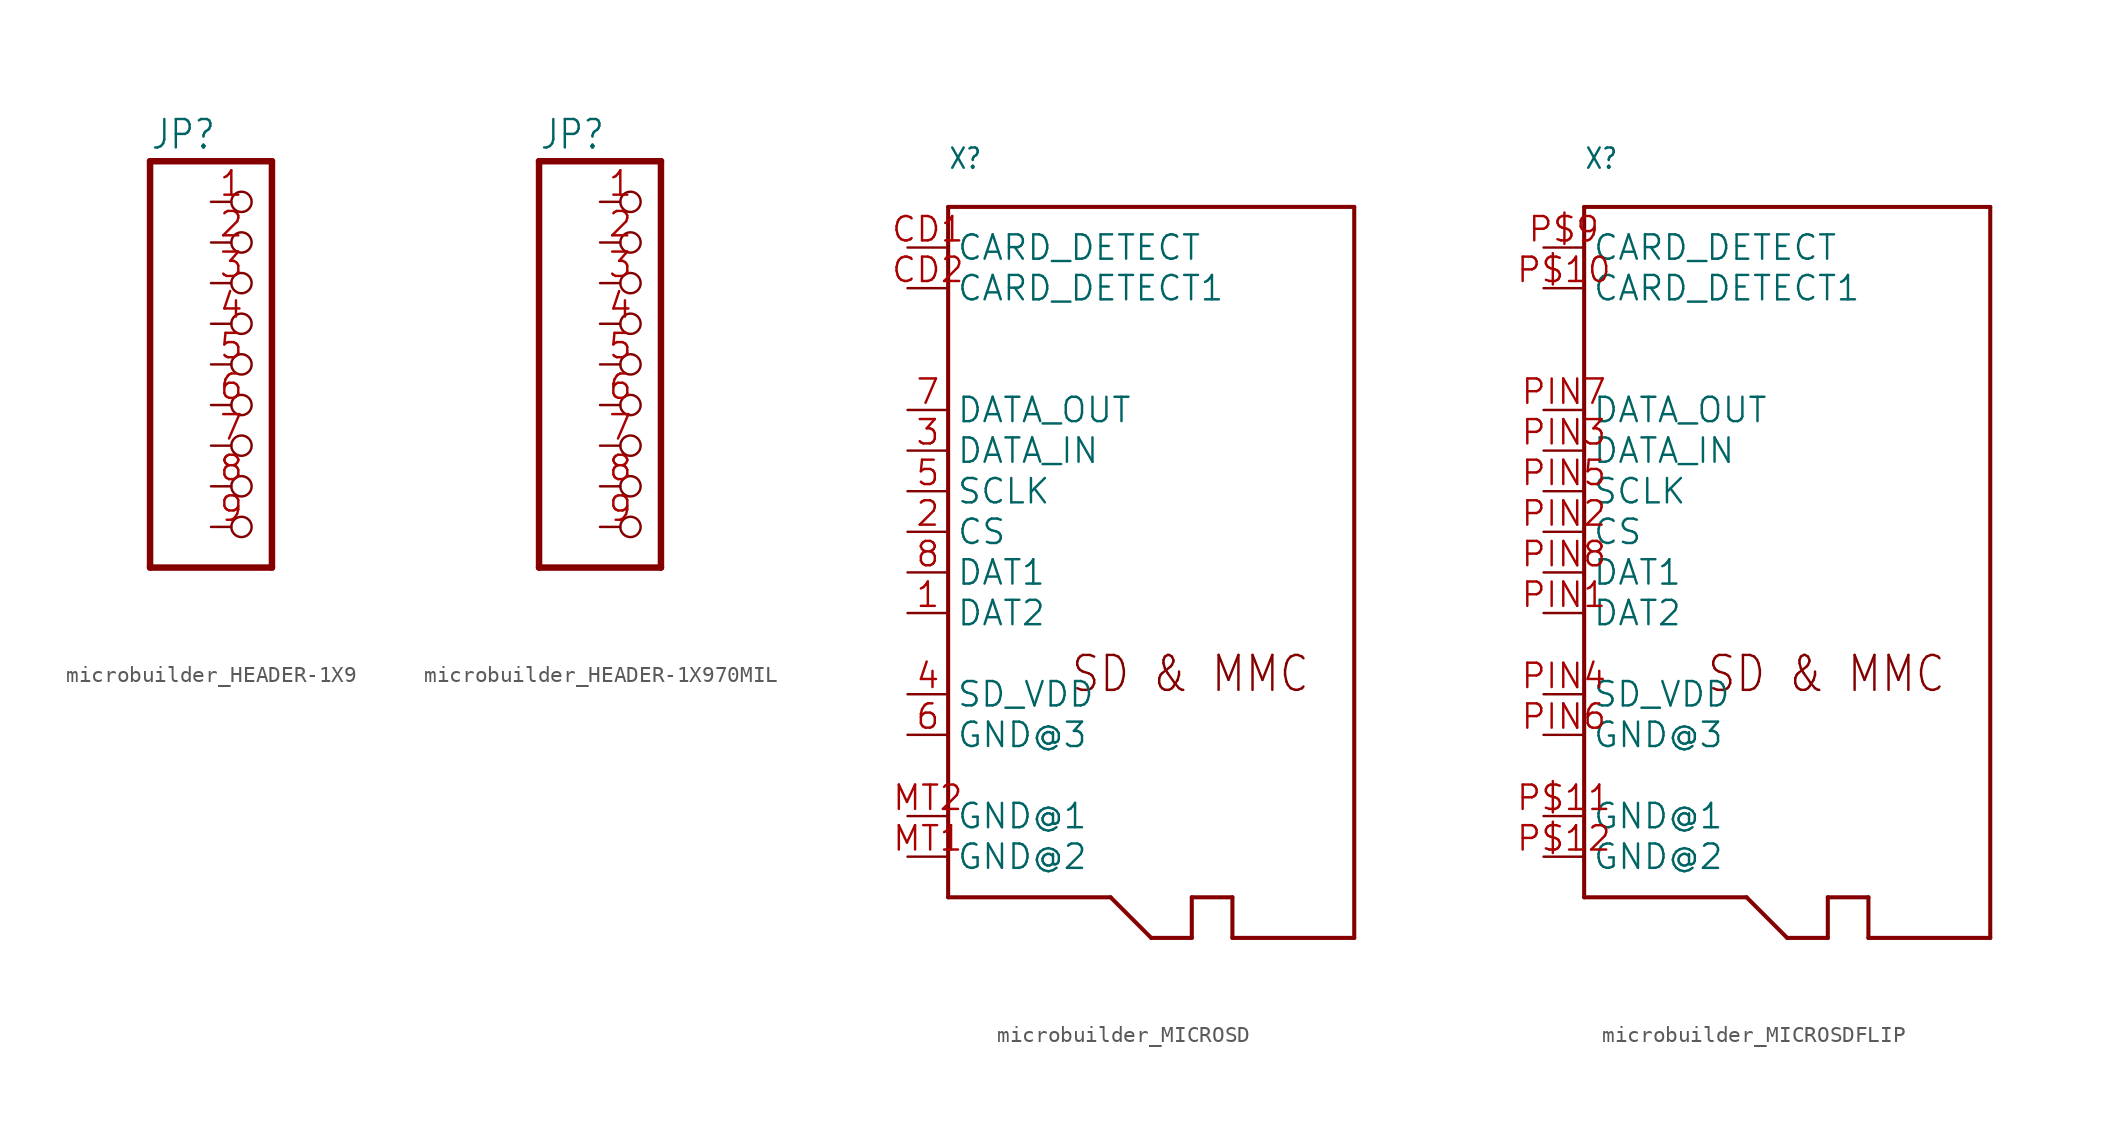
<source format=kicad_sym>
(kicad_symbol_lib
  (version 20241209)
  (generator "kicad_symbol_editor")
  (generator_version "9.0")
  (symbol "microbuilder_HEADER-1X9"
    (property "Reference" "JP"
      (at -6.35 13.335 0)
      (effects (font (size 1.778 1.511)) (justify left bottom)))
    (property "Value" ""
      (at -6.35 -15.24 0)
      (effects (font (size 1.778 1.511)) (justify left bottom)))
    (property "ki_locked" ""
      (at 0 0 0)
      (effects (font (size 1.27 1.27))))
    (symbol "microbuilder_HEADER-1X9_1_0"
      (polyline (pts (xy -6.35 12.7) (xy -6.35 -12.7)) (stroke (width 0.406) (type solid)) (fill (type none)))
      (polyline (pts (xy -6.35 -12.7) (xy 1.27 -12.7)) (stroke (width 0.406) (type solid)) (fill (type none)))
      (polyline (pts (xy 1.27 12.7) (xy -6.35 12.7)) (stroke (width 0.406) (type solid)) (fill (type none)))
      (polyline (pts (xy 1.27 -12.7) (xy 1.27 12.7)) (stroke (width 0.406) (type solid)) (fill (type none)))
      (pin passive inverted (at -2.54 10.16 0) (length 2.54) (name "1" (effects (font (size 0 0)))) (number "1" (effects (font (size 1.524 1.524)))))
      (pin passive inverted (at -2.54 7.62 0) (length 2.54) (name "2" (effects (font (size 0 0)))) (number "2" (effects (font (size 1.524 1.524)))))
      (pin passive inverted (at -2.54 5.08 0) (length 2.54) (name "3" (effects (font (size 0 0)))) (number "3" (effects (font (size 1.524 1.524)))))
      (pin passive inverted (at -2.54 2.54 0) (length 2.54) (name "4" (effects (font (size 0 0)))) (number "4" (effects (font (size 1.524 1.524)))))
      (pin passive inverted (at -2.54 0 0) (length 2.54) (name "5" (effects (font (size 0 0)))) (number "5" (effects (font (size 1.524 1.524)))))
      (pin passive inverted (at -2.54 -2.54 0) (length 2.54) (name "6" (effects (font (size 0 0)))) (number "6" (effects (font (size 1.524 1.524)))))
      (pin passive inverted (at -2.54 -5.08 0) (length 2.54) (name "7" (effects (font (size 0 0)))) (number "7" (effects (font (size 1.524 1.524)))))
      (pin passive inverted (at -2.54 -7.62 0) (length 2.54) (name "8" (effects (font (size 0 0)))) (number "8" (effects (font (size 1.524 1.524)))))
      (pin passive inverted (at -2.54 -10.16 0) (length 2.54) (name "9" (effects (font (size 0 0)))) (number "9" (effects (font (size 1.524 1.524)))))))
  (symbol "microbuilder_HEADER-1X970MIL"
    (property "Reference" "JP"
      (at -6.35 13.335 0)
      (effects (font (size 1.778 1.511)) (justify left bottom)))
    (property "Value" ""
      (at -6.35 -15.24 0)
      (effects (font (size 1.778 1.511)) (justify left bottom)))
    (property "ki_locked" ""
      (at 0 0 0)
      (effects (font (size 1.27 1.27))))
    (symbol "microbuilder_HEADER-1X970MIL_1_0"
      (polyline (pts (xy -6.35 12.7) (xy -6.35 -12.7)) (stroke (width 0.406) (type solid)) (fill (type none)))
      (polyline (pts (xy -6.35 -12.7) (xy 1.27 -12.7)) (stroke (width 0.406) (type solid)) (fill (type none)))
      (polyline (pts (xy 1.27 12.7) (xy -6.35 12.7)) (stroke (width 0.406) (type solid)) (fill (type none)))
      (polyline (pts (xy 1.27 -12.7) (xy 1.27 12.7)) (stroke (width 0.406) (type solid)) (fill (type none)))
      (pin passive inverted (at -2.54 10.16 0) (length 2.54) (name "1" (effects (font (size 0 0)))) (number "1" (effects (font (size 1.524 1.524)))))
      (pin passive inverted (at -2.54 7.62 0) (length 2.54) (name "2" (effects (font (size 0 0)))) (number "2" (effects (font (size 1.524 1.524)))))
      (pin passive inverted (at -2.54 5.08 0) (length 2.54) (name "3" (effects (font (size 0 0)))) (number "3" (effects (font (size 1.524 1.524)))))
      (pin passive inverted (at -2.54 2.54 0) (length 2.54) (name "4" (effects (font (size 0 0)))) (number "4" (effects (font (size 1.524 1.524)))))
      (pin passive inverted (at -2.54 0 0) (length 2.54) (name "5" (effects (font (size 0 0)))) (number "5" (effects (font (size 1.524 1.524)))))
      (pin passive inverted (at -2.54 -2.54 0) (length 2.54) (name "6" (effects (font (size 0 0)))) (number "6" (effects (font (size 1.524 1.524)))))
      (pin passive inverted (at -2.54 -5.08 0) (length 2.54) (name "7" (effects (font (size 0 0)))) (number "7" (effects (font (size 1.524 1.524)))))
      (pin passive inverted (at -2.54 -7.62 0) (length 2.54) (name "8" (effects (font (size 0 0)))) (number "8" (effects (font (size 1.524 1.524)))))
      (pin passive inverted (at -2.54 -10.16 0) (length 2.54) (name "9" (effects (font (size 0 0)))) (number "9" (effects (font (size 1.524 1.524)))))))
  (symbol "microbuilder_MICROSD"
    (property "Reference" "X"
      (at -12.7 22.606 0)
      (effects (font (size 1.27 1.079)) (justify left bottom)))
    (property "Value" ""
      (at -12.7 20.828 0)
      (effects (font (size 1.27 1.079)) (justify left bottom)))
    (property "ki_locked" ""
      (at 0 0 0)
      (effects (font (size 1.27 1.27))))
    (symbol "microbuilder_MICROSD_1_0"
      (polyline (pts (xy -12.7 20.32) (xy -12.7 -22.86)) (stroke (width 0.254) (type solid)) (fill (type none)))
      (polyline (pts (xy -12.7 -22.86) (xy -2.54 -22.86)) (stroke (width 0.254) (type solid)) (fill (type none)))
      (polyline (pts (xy -2.54 -22.86) (xy 0 -25.4)) (stroke (width 0.254) (type solid)) (fill (type none)))
      (polyline (pts (xy 0 -25.4) (xy 2.54 -25.4)) (stroke (width 0.254) (type solid)) (fill (type none)))
      (polyline (pts (xy 2.54 -22.86) (xy 5.08 -22.86)) (stroke (width 0.254) (type solid)) (fill (type none)))
      (polyline (pts (xy 2.54 -25.4) (xy 2.54 -22.86)) (stroke (width 0.254) (type solid)) (fill (type none)))
      (polyline (pts (xy 5.08 -22.86) (xy 5.08 -25.4)) (stroke (width 0.254) (type solid)) (fill (type none)))
      (polyline (pts (xy 5.08 -25.4) (xy 12.7 -25.4)) (stroke (width 0.254) (type solid)) (fill (type none)))
      (polyline (pts (xy 12.7 20.32) (xy -12.7 20.32)) (stroke (width 0.254) (type solid)) (fill (type none)))
      (polyline (pts (xy 12.7 -25.4) (xy 12.7 20.32)) (stroke (width 0.254) (type solid)) (fill (type none)))
      (text "SD & MMC" (at -5.08 -10.16 0) (effects (font (size 2.184 1.857)) (justify left bottom)))
      (pin passive line (at -15.24 17.78 0) (length 2.54) (name "CARD_DETECT" (effects (font (size 1.524 1.524)))) (number "CD1" (effects (font (size 1.524 1.524)))))
      (pin passive line (at -15.24 15.24 0) (length 2.54) (name "CARD_DETECT1" (effects (font (size 1.524 1.524)))) (number "CD2" (effects (font (size 1.524 1.524)))))
      (pin output line (at -15.24 7.62 0) (length 2.54) (name "DATA_OUT" (effects (font (size 1.524 1.524)))) (number "7" (effects (font (size 1.524 1.524)))))
      (pin input line (at -15.24 5.08 0) (length 2.54) (name "DATA_IN" (effects (font (size 1.524 1.524)))) (number "3" (effects (font (size 1.524 1.524)))))
      (pin input line (at -15.24 2.54 0) (length 2.54) (name "SCLK" (effects (font (size 1.524 1.524)))) (number "5" (effects (font (size 1.524 1.524)))))
      (pin input line (at -15.24 0 0) (length 2.54) (name "CS" (effects (font (size 1.524 1.524)))) (number "2" (effects (font (size 1.524 1.524)))))
      (pin bidirectional line (at -15.24 -2.54 0) (length 2.54) (name "DAT1" (effects (font (size 1.524 1.524)))) (number "8" (effects (font (size 1.524 1.524)))))
      (pin bidirectional line (at -15.24 -5.08 0) (length 2.54) (name "DAT2" (effects (font (size 1.524 1.524)))) (number "1" (effects (font (size 1.524 1.524)))))
      (pin power_in line (at -15.24 -10.16 0) (length 2.54) (name "SD_VDD" (effects (font (size 1.524 1.524)))) (number "4" (effects (font (size 1.524 1.524)))))
      (pin power_in line (at -15.24 -12.7 0) (length 2.54) (name "GND@3" (effects (font (size 1.524 1.524)))) (number "6" (effects (font (size 1.524 1.524)))))
      (pin power_in line (at -15.24 -17.78 0) (length 2.54) (name "GND@1" (effects (font (size 1.524 1.524)))) (number "MT2" (effects (font (size 1.524 1.524)))))
      (pin power_in line (at -15.24 -20.32 0) (length 2.54) (name "GND@2" (effects (font (size 1.524 1.524)))) (number "MT1" (effects (font (size 1.524 1.524)))))))
  (symbol "microbuilder_MICROSDFLIP"
    (property "Reference" "X"
      (at -12.7 22.606 0)
      (effects (font (size 1.27 1.079)) (justify left bottom)))
    (property "Value" ""
      (at -12.7 20.828 0)
      (effects (font (size 1.27 1.079)) (justify left bottom)))
    (property "ki_locked" ""
      (at 0 0 0)
      (effects (font (size 1.27 1.27))))
    (symbol "microbuilder_MICROSDFLIP_1_0"
      (polyline (pts (xy -12.7 20.32) (xy -12.7 -22.86)) (stroke (width 0.254) (type solid)) (fill (type none)))
      (polyline (pts (xy -12.7 -22.86) (xy -2.54 -22.86)) (stroke (width 0.254) (type solid)) (fill (type none)))
      (polyline (pts (xy -2.54 -22.86) (xy 0 -25.4)) (stroke (width 0.254) (type solid)) (fill (type none)))
      (polyline (pts (xy 0 -25.4) (xy 2.54 -25.4)) (stroke (width 0.254) (type solid)) (fill (type none)))
      (polyline (pts (xy 2.54 -22.86) (xy 5.08 -22.86)) (stroke (width 0.254) (type solid)) (fill (type none)))
      (polyline (pts (xy 2.54 -25.4) (xy 2.54 -22.86)) (stroke (width 0.254) (type solid)) (fill (type none)))
      (polyline (pts (xy 5.08 -22.86) (xy 5.08 -25.4)) (stroke (width 0.254) (type solid)) (fill (type none)))
      (polyline (pts (xy 5.08 -25.4) (xy 12.7 -25.4)) (stroke (width 0.254) (type solid)) (fill (type none)))
      (polyline (pts (xy 12.7 20.32) (xy -12.7 20.32)) (stroke (width 0.254) (type solid)) (fill (type none)))
      (polyline (pts (xy 12.7 -25.4) (xy 12.7 20.32)) (stroke (width 0.254) (type solid)) (fill (type none)))
      (text "SD & MMC" (at -5.08 -10.16 0) (effects (font (size 2.184 1.857)) (justify left bottom)))
      (pin passive line (at -15.24 17.78 0) (length 2.54) (name "CARD_DETECT" (effects (font (size 1.524 1.524)))) (number "P$9" (effects (font (size 1.524 1.524)))))
      (pin passive line (at -15.24 15.24 0) (length 2.54) (name "CARD_DETECT1" (effects (font (size 1.524 1.524)))) (number "P$10" (effects (font (size 1.524 1.524)))))
      (pin output line (at -15.24 7.62 0) (length 2.54) (name "DATA_OUT" (effects (font (size 1.524 1.524)))) (number "PIN7" (effects (font (size 1.524 1.524)))))
      (pin input line (at -15.24 5.08 0) (length 2.54) (name "DATA_IN" (effects (font (size 1.524 1.524)))) (number "PIN3" (effects (font (size 1.524 1.524)))))
      (pin input line (at -15.24 2.54 0) (length 2.54) (name "SCLK" (effects (font (size 1.524 1.524)))) (number "PIN5" (effects (font (size 1.524 1.524)))))
      (pin input line (at -15.24 0 0) (length 2.54) (name "CS" (effects (font (size 1.524 1.524)))) (number "PIN2" (effects (font (size 1.524 1.524)))))
      (pin bidirectional line (at -15.24 -2.54 0) (length 2.54) (name "DAT1" (effects (font (size 1.524 1.524)))) (number "PIN8" (effects (font (size 1.524 1.524)))))
      (pin bidirectional line (at -15.24 -5.08 0) (length 2.54) (name "DAT2" (effects (font (size 1.524 1.524)))) (number "PIN1" (effects (font (size 1.524 1.524)))))
      (pin power_in line (at -15.24 -10.16 0) (length 2.54) (name "SD_VDD" (effects (font (size 1.524 1.524)))) (number "PIN4" (effects (font (size 1.524 1.524)))))
      (pin power_in line (at -15.24 -12.7 0) (length 2.54) (name "GND@3" (effects (font (size 1.524 1.524)))) (number "PIN6" (effects (font (size 1.524 1.524)))))
      (pin power_in line (at -15.24 -17.78 0) (length 2.54) (name "GND@1" (effects (font (size 1.524 1.524)))) (number "P$11" (effects (font (size 1.524 1.524)))))
      (pin power_in line (at -15.24 -20.32 0) (length 2.54) (name "GND@2" (effects (font (size 1.524 1.524)))) (number "P$12" (effects (font (size 1.524 1.524))))))))
</source>
